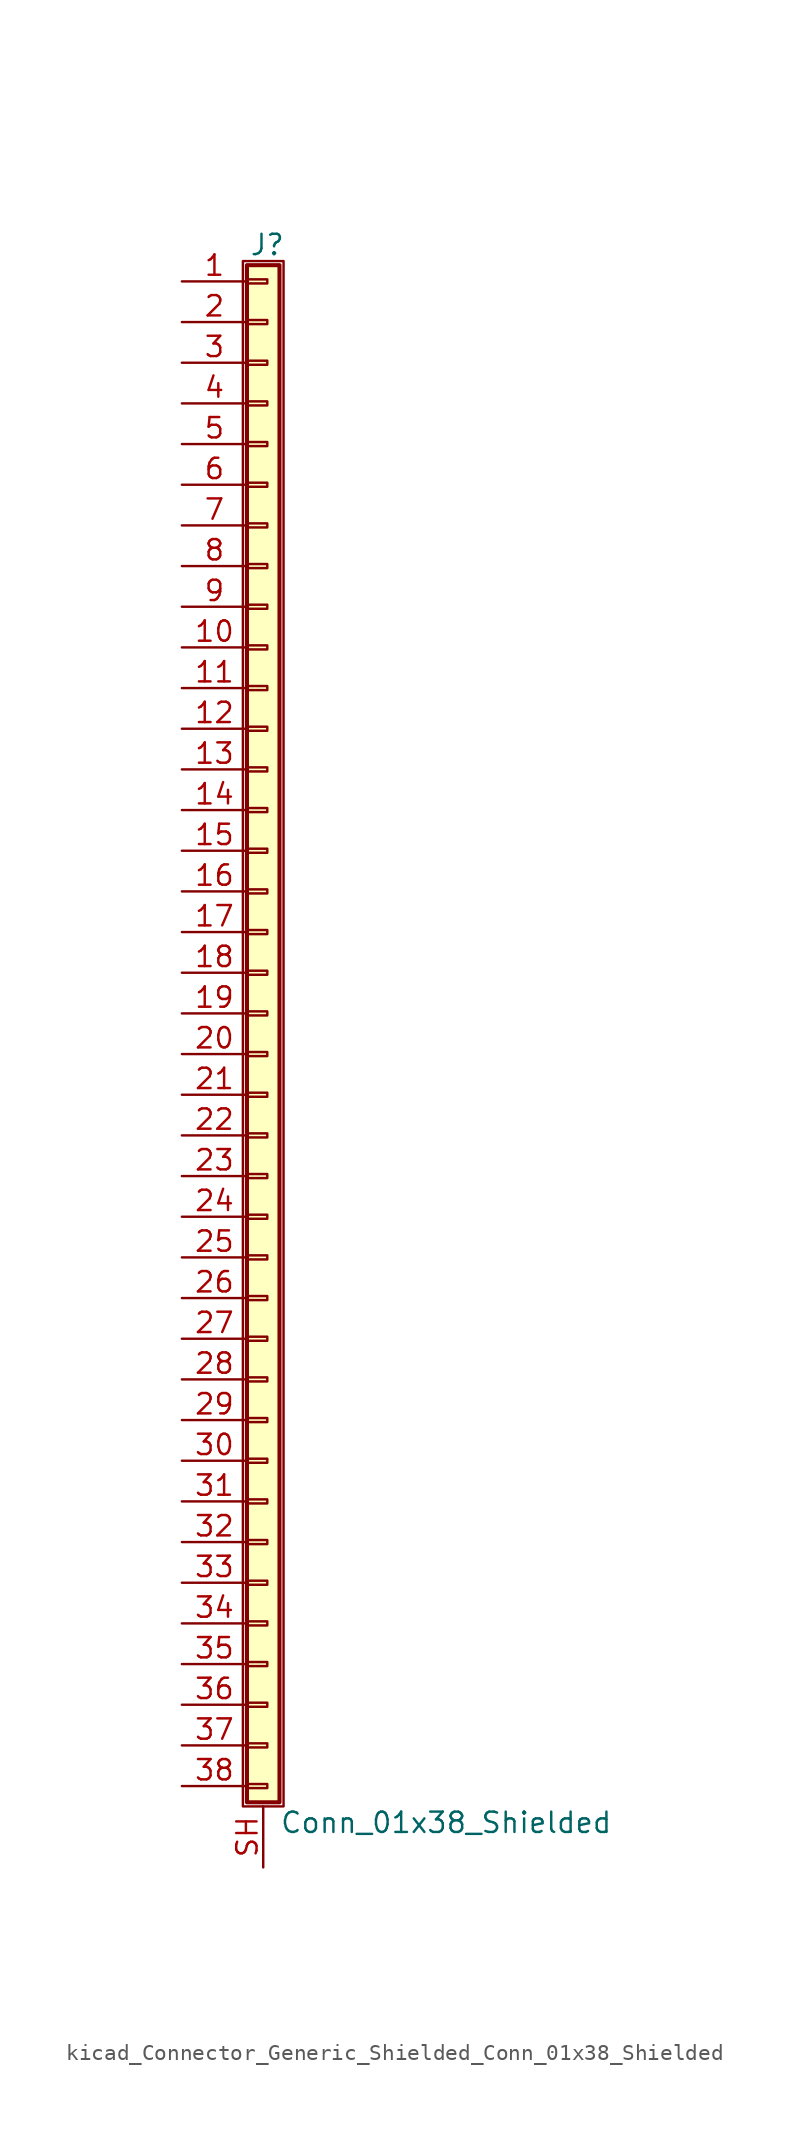
<source format=kicad_sym>
(kicad_symbol_lib
  (version 20220914)
  (generator kicad_symbol_editor)
  (symbol "kicad_Connector_Generic_Shielded_Conn_01x38_Shielded"
    (pin_names
      (offset 1.016) hide)
    (property "Reference" "J"
      (at 0.254 48.006 0)
      (effects (font (size 1.27 1.27))))
    (property "Value" "Conn_01x38_Shielded"
      (at 1.016 -50.546 0)
      (effects (font (size 1.27 1.27)) (justify left)))
    (symbol "kicad_Connector_Generic_Shielded_Conn_01x38_Shielded_1_1"
      (rectangle (start -1.27 46.99) (end 1.27 -49.53) (stroke (width 0.152) (type default)) (fill (type none)))
      (rectangle (start -1.016 -48.133) (end 0.254 -48.387) (stroke (width 0.152) (type default)) (fill (type none)))
      (rectangle (start -1.016 -45.593) (end 0.254 -45.847) (stroke (width 0.152) (type default)) (fill (type none)))
      (rectangle (start -1.016 -43.053) (end 0.254 -43.307) (stroke (width 0.152) (type default)) (fill (type none)))
      (rectangle (start -1.016 -40.513) (end 0.254 -40.767) (stroke (width 0.152) (type default)) (fill (type none)))
      (rectangle (start -1.016 -37.973) (end 0.254 -38.227) (stroke (width 0.152) (type default)) (fill (type none)))
      (rectangle (start -1.016 -35.433) (end 0.254 -35.687) (stroke (width 0.152) (type default)) (fill (type none)))
      (rectangle (start -1.016 -32.893) (end 0.254 -33.147) (stroke (width 0.152) (type default)) (fill (type none)))
      (rectangle (start -1.016 -30.353) (end 0.254 -30.607) (stroke (width 0.152) (type default)) (fill (type none)))
      (rectangle (start -1.016 -27.813) (end 0.254 -28.067) (stroke (width 0.152) (type default)) (fill (type none)))
      (rectangle (start -1.016 -25.273) (end 0.254 -25.527) (stroke (width 0.152) (type default)) (fill (type none)))
      (rectangle (start -1.016 -22.733) (end 0.254 -22.987) (stroke (width 0.152) (type default)) (fill (type none)))
      (rectangle (start -1.016 -20.193) (end 0.254 -20.447) (stroke (width 0.152) (type default)) (fill (type none)))
      (rectangle (start -1.016 -17.653) (end 0.254 -17.907) (stroke (width 0.152) (type default)) (fill (type none)))
      (rectangle (start -1.016 -15.113) (end 0.254 -15.367) (stroke (width 0.152) (type default)) (fill (type none)))
      (rectangle (start -1.016 -12.573) (end 0.254 -12.827) (stroke (width 0.152) (type default)) (fill (type none)))
      (rectangle (start -1.016 -10.033) (end 0.254 -10.287) (stroke (width 0.152) (type default)) (fill (type none)))
      (rectangle (start -1.016 -7.493) (end 0.254 -7.747) (stroke (width 0.152) (type default)) (fill (type none)))
      (rectangle (start -1.016 -4.953) (end 0.254 -5.207) (stroke (width 0.152) (type default)) (fill (type none)))
      (rectangle (start -1.016 -2.413) (end 0.254 -2.667) (stroke (width 0.152) (type default)) (fill (type none)))
      (rectangle (start -1.016 0.127) (end 0.254 -0.127) (stroke (width 0.152) (type default)) (fill (type none)))
      (rectangle (start -1.016 2.667) (end 0.254 2.413) (stroke (width 0.152) (type default)) (fill (type none)))
      (rectangle (start -1.016 5.207) (end 0.254 4.953) (stroke (width 0.152) (type default)) (fill (type none)))
      (rectangle (start -1.016 7.747) (end 0.254 7.493) (stroke (width 0.152) (type default)) (fill (type none)))
      (rectangle (start -1.016 10.287) (end 0.254 10.033) (stroke (width 0.152) (type default)) (fill (type none)))
      (rectangle (start -1.016 12.827) (end 0.254 12.573) (stroke (width 0.152) (type default)) (fill (type none)))
      (rectangle (start -1.016 15.367) (end 0.254 15.113) (stroke (width 0.152) (type default)) (fill (type none)))
      (rectangle (start -1.016 17.907) (end 0.254 17.653) (stroke (width 0.152) (type default)) (fill (type none)))
      (rectangle (start -1.016 20.447) (end 0.254 20.193) (stroke (width 0.152) (type default)) (fill (type none)))
      (rectangle (start -1.016 22.987) (end 0.254 22.733) (stroke (width 0.152) (type default)) (fill (type none)))
      (rectangle (start -1.016 25.527) (end 0.254 25.273) (stroke (width 0.152) (type default)) (fill (type none)))
      (rectangle (start -1.016 28.067) (end 0.254 27.813) (stroke (width 0.152) (type default)) (fill (type none)))
      (rectangle (start -1.016 30.607) (end 0.254 30.353) (stroke (width 0.152) (type default)) (fill (type none)))
      (rectangle (start -1.016 33.147) (end 0.254 32.893) (stroke (width 0.152) (type default)) (fill (type none)))
      (rectangle (start -1.016 35.687) (end 0.254 35.433) (stroke (width 0.152) (type default)) (fill (type none)))
      (rectangle (start -1.016 38.227) (end 0.254 37.973) (stroke (width 0.152) (type default)) (fill (type none)))
      (rectangle (start -1.016 40.767) (end 0.254 40.513) (stroke (width 0.152) (type default)) (fill (type none)))
      (rectangle (start -1.016 43.307) (end 0.254 43.053) (stroke (width 0.152) (type default)) (fill (type none)))
      (rectangle (start -1.016 45.847) (end 0.254 45.593) (stroke (width 0.152) (type default)) (fill (type none)))
      (rectangle (start -1.016 46.736) (end 1.016 -49.276) (stroke (width 0.254) (type default)) (fill (type background)))
      (pin passive line (at -5.08 45.72 0) (length 4.064) (name "Pin_1" (effects (font (size 1.27 1.27)))) (number "1" (effects (font (size 1.27 1.27)))))
      (pin passive line (at -5.08 22.86 0) (length 4.064) (name "Pin_10" (effects (font (size 1.27 1.27)))) (number "10" (effects (font (size 1.27 1.27)))))
      (pin passive line (at -5.08 20.32 0) (length 4.064) (name "Pin_11" (effects (font (size 1.27 1.27)))) (number "11" (effects (font (size 1.27 1.27)))))
      (pin passive line (at -5.08 17.78 0) (length 4.064) (name "Pin_12" (effects (font (size 1.27 1.27)))) (number "12" (effects (font (size 1.27 1.27)))))
      (pin passive line (at -5.08 15.24 0) (length 4.064) (name "Pin_13" (effects (font (size 1.27 1.27)))) (number "13" (effects (font (size 1.27 1.27)))))
      (pin passive line (at -5.08 12.7 0) (length 4.064) (name "Pin_14" (effects (font (size 1.27 1.27)))) (number "14" (effects (font (size 1.27 1.27)))))
      (pin passive line (at -5.08 10.16 0) (length 4.064) (name "Pin_15" (effects (font (size 1.27 1.27)))) (number "15" (effects (font (size 1.27 1.27)))))
      (pin passive line (at -5.08 7.62 0) (length 4.064) (name "Pin_16" (effects (font (size 1.27 1.27)))) (number "16" (effects (font (size 1.27 1.27)))))
      (pin passive line (at -5.08 5.08 0) (length 4.064) (name "Pin_17" (effects (font (size 1.27 1.27)))) (number "17" (effects (font (size 1.27 1.27)))))
      (pin passive line (at -5.08 2.54 0) (length 4.064) (name "Pin_18" (effects (font (size 1.27 1.27)))) (number "18" (effects (font (size 1.27 1.27)))))
      (pin passive line (at -5.08 0 0) (length 4.064) (name "Pin_19" (effects (font (size 1.27 1.27)))) (number "19" (effects (font (size 1.27 1.27)))))
      (pin passive line (at -5.08 43.18 0) (length 4.064) (name "Pin_2" (effects (font (size 1.27 1.27)))) (number "2" (effects (font (size 1.27 1.27)))))
      (pin passive line (at -5.08 -2.54 0) (length 4.064) (name "Pin_20" (effects (font (size 1.27 1.27)))) (number "20" (effects (font (size 1.27 1.27)))))
      (pin passive line (at -5.08 -5.08 0) (length 4.064) (name "Pin_21" (effects (font (size 1.27 1.27)))) (number "21" (effects (font (size 1.27 1.27)))))
      (pin passive line (at -5.08 -7.62 0) (length 4.064) (name "Pin_22" (effects (font (size 1.27 1.27)))) (number "22" (effects (font (size 1.27 1.27)))))
      (pin passive line (at -5.08 -10.16 0) (length 4.064) (name "Pin_23" (effects (font (size 1.27 1.27)))) (number "23" (effects (font (size 1.27 1.27)))))
      (pin passive line (at -5.08 -12.7 0) (length 4.064) (name "Pin_24" (effects (font (size 1.27 1.27)))) (number "24" (effects (font (size 1.27 1.27)))))
      (pin passive line (at -5.08 -15.24 0) (length 4.064) (name "Pin_25" (effects (font (size 1.27 1.27)))) (number "25" (effects (font (size 1.27 1.27)))))
      (pin passive line (at -5.08 -17.78 0) (length 4.064) (name "Pin_26" (effects (font (size 1.27 1.27)))) (number "26" (effects (font (size 1.27 1.27)))))
      (pin passive line (at -5.08 -20.32 0) (length 4.064) (name "Pin_27" (effects (font (size 1.27 1.27)))) (number "27" (effects (font (size 1.27 1.27)))))
      (pin passive line (at -5.08 -22.86 0) (length 4.064) (name "Pin_28" (effects (font (size 1.27 1.27)))) (number "28" (effects (font (size 1.27 1.27)))))
      (pin passive line (at -5.08 -25.4 0) (length 4.064) (name "Pin_29" (effects (font (size 1.27 1.27)))) (number "29" (effects (font (size 1.27 1.27)))))
      (pin passive line (at -5.08 40.64 0) (length 4.064) (name "Pin_3" (effects (font (size 1.27 1.27)))) (number "3" (effects (font (size 1.27 1.27)))))
      (pin passive line (at -5.08 -27.94 0) (length 4.064) (name "Pin_30" (effects (font (size 1.27 1.27)))) (number "30" (effects (font (size 1.27 1.27)))))
      (pin passive line (at -5.08 -30.48 0) (length 4.064) (name "Pin_31" (effects (font (size 1.27 1.27)))) (number "31" (effects (font (size 1.27 1.27)))))
      (pin passive line (at -5.08 -33.02 0) (length 4.064) (name "Pin_32" (effects (font (size 1.27 1.27)))) (number "32" (effects (font (size 1.27 1.27)))))
      (pin passive line (at -5.08 -35.56 0) (length 4.064) (name "Pin_33" (effects (font (size 1.27 1.27)))) (number "33" (effects (font (size 1.27 1.27)))))
      (pin passive line (at -5.08 -38.1 0) (length 4.064) (name "Pin_34" (effects (font (size 1.27 1.27)))) (number "34" (effects (font (size 1.27 1.27)))))
      (pin passive line (at -5.08 -40.64 0) (length 4.064) (name "Pin_35" (effects (font (size 1.27 1.27)))) (number "35" (effects (font (size 1.27 1.27)))))
      (pin passive line (at -5.08 -43.18 0) (length 4.064) (name "Pin_36" (effects (font (size 1.27 1.27)))) (number "36" (effects (font (size 1.27 1.27)))))
      (pin passive line (at -5.08 -45.72 0) (length 4.064) (name "Pin_37" (effects (font (size 1.27 1.27)))) (number "37" (effects (font (size 1.27 1.27)))))
      (pin passive line (at -5.08 -48.26 0) (length 4.064) (name "Pin_38" (effects (font (size 1.27 1.27)))) (number "38" (effects (font (size 1.27 1.27)))))
      (pin passive line (at -5.08 38.1 0) (length 4.064) (name "Pin_4" (effects (font (size 1.27 1.27)))) (number "4" (effects (font (size 1.27 1.27)))))
      (pin passive line (at -5.08 35.56 0) (length 4.064) (name "Pin_5" (effects (font (size 1.27 1.27)))) (number "5" (effects (font (size 1.27 1.27)))))
      (pin passive line (at -5.08 33.02 0) (length 4.064) (name "Pin_6" (effects (font (size 1.27 1.27)))) (number "6" (effects (font (size 1.27 1.27)))))
      (pin passive line (at -5.08 30.48 0) (length 4.064) (name "Pin_7" (effects (font (size 1.27 1.27)))) (number "7" (effects (font (size 1.27 1.27)))))
      (pin passive line (at -5.08 27.94 0) (length 4.064) (name "Pin_8" (effects (font (size 1.27 1.27)))) (number "8" (effects (font (size 1.27 1.27)))))
      (pin passive line (at -5.08 25.4 0) (length 4.064) (name "Pin_9" (effects (font (size 1.27 1.27)))) (number "9" (effects (font (size 1.27 1.27)))))
      (pin passive line (at 0 -53.34 90) (length 3.81) (name "Shield" (effects (font (size 1.27 1.27)))) (number "SH" (effects (font (size 1.27 1.27))))))))
</source>
